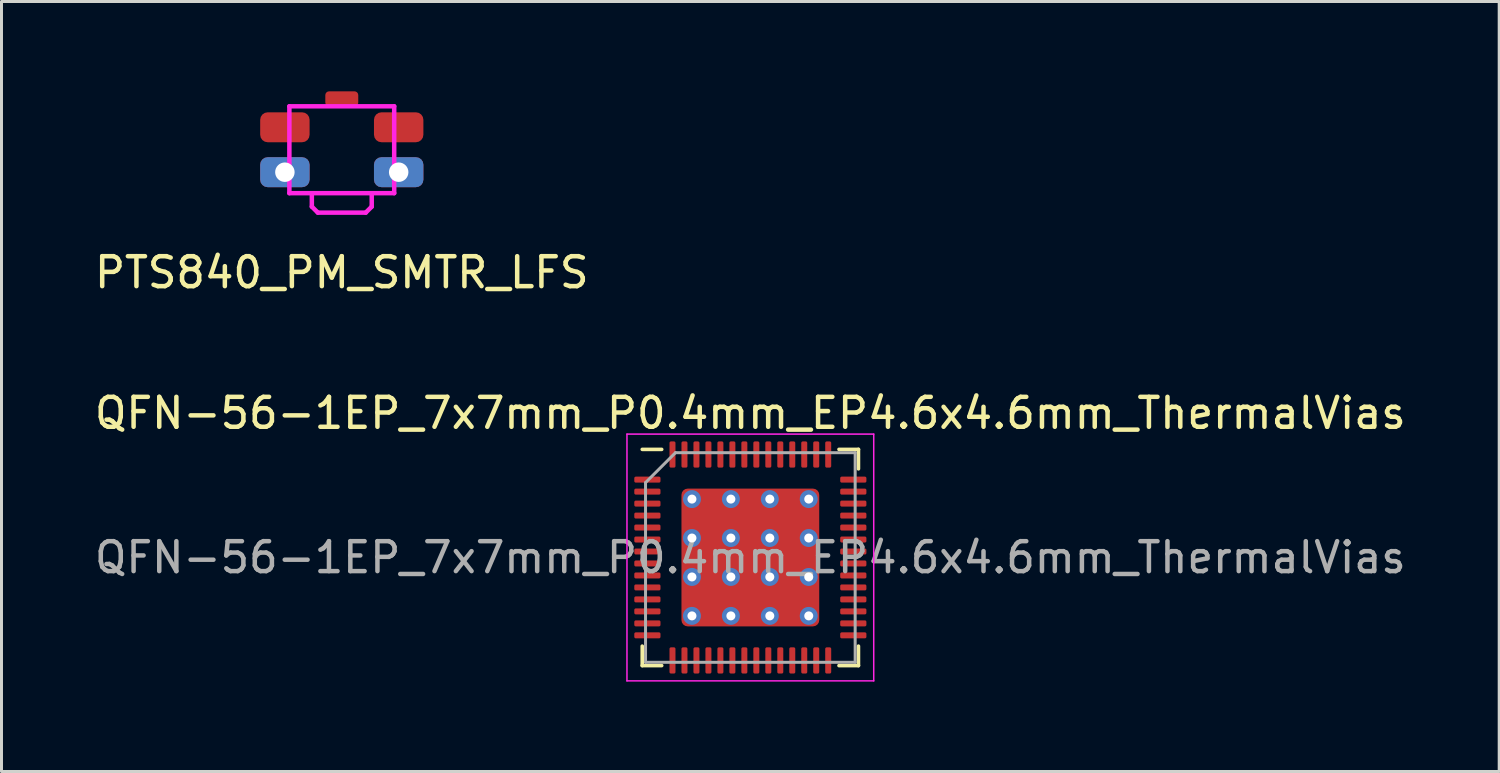
<source format=kicad_pcb>
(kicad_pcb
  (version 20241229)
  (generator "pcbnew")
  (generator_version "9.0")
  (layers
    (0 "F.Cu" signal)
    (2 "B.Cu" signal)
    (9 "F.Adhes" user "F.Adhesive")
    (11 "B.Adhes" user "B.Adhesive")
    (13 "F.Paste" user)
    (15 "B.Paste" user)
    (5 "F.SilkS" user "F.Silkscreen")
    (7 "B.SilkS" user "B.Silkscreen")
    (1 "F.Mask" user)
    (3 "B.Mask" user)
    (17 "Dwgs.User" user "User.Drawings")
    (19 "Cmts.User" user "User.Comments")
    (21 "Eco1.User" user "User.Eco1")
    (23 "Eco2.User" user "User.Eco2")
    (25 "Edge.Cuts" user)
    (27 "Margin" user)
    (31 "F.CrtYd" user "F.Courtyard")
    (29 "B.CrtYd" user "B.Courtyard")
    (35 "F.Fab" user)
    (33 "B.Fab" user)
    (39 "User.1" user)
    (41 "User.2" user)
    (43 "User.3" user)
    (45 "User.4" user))
  (footprint "PTS840_PM_SMTR_LFS"
    (layer "F.Cu")
    (at 8.363 1.95)
    (property "Reference" "PTS840_PM_SMTR_LFS" (at 0 4.1 0) (layer "F.SilkS") (effects (font (size 1 1) (thickness 0.15))))
    (attr smd)
    (fp_line (start -1.75 -1.45) (end -1.75 1.45) (stroke (width 0.15) (type solid)) (layer "F.CrtYd"))
    (fp_line (start -1 1.5) (end -1 1.9) (stroke (width 0.15) (type solid)) (layer "F.CrtYd"))
    (fp_line (start -1 1.9) (end -0.8 2.1) (stroke (width 0.15) (type solid)) (layer "F.CrtYd"))
    (fp_line (start -0.8 2.1) (end 0.8 2.1) (stroke (width 0.15) (type solid)) (layer "F.CrtYd"))
    (fp_line (start 1 1.5) (end 1 1.9) (stroke (width 0.15) (type solid)) (layer "F.CrtYd"))
    (fp_line (start 1 1.9) (end 0.8 2.1) (stroke (width 0.15) (type solid)) (layer "F.CrtYd"))
    (fp_line (start 1.75 -1.45) (end -1.75 -1.45) (stroke (width 0.15) (type solid)) (layer "F.CrtYd"))
    (fp_line (start 1.75 -1.45) (end 1.75 1.45) (stroke (width 0.15) (type solid)) (layer "F.CrtYd"))
    (fp_line (start 1.75 1.45) (end -1.75 1.45) (stroke (width 0.15) (type solid)) (layer "F.CrtYd"))
    (pad "1" smd roundrect (at -1.9 -0.75) (size 1.65 1) (layers "F.Cu" "F.Mask" "F.Paste") (roundrect_rratio 0.25))
    (pad "2" smd roundrect (at 1.9 -0.75) (size 1.65 1) (layers "F.Cu" "F.Mask" "F.Paste") (roundrect_rratio 0.25))
    (pad "3" thru_hole roundrect (at -1.9 0.75) (size 1.65 1) (drill 0.65) (layers "*.Cu" "*.Paste" "*.Mask") (roundrect_rratio 0.25))
    (pad "4" thru_hole roundrect (at 1.9 0.75) (size 1.65 1) (drill 0.65) (layers "*.Cu" "*.Paste" "*.Mask") (roundrect_rratio 0.25))
    (pad "5" smd roundrect (at 0 -1.7) (size 1.1 0.5) (layers "F.Cu" "F.Mask" "F.Paste") (roundrect_rratio 0.25)))
  (footprint "QFN-56-1EP_7x7mm_P0.4mm_EP4.6x4.6mm_ThermalVias"
    (layer "F.Cu")
    (at 22.006 15.566)
    (property "Reference" "QFN-56-1EP_7x7mm_P0.4mm_EP4.6x4.6mm_ThermalVias" (at 0 -4.82 0) (layer "F.SilkS") (effects (font (size 1 1) (thickness 0.15))))
    (attr smd)
    (fp_line (start -3.61 3.61) (end -3.61 2.96) (stroke (width 0.12) (type solid)) (layer "F.SilkS"))
    (fp_line (start -2.96 -3.61) (end -3.61 -3.61) (stroke (width 0.12) (type solid)) (layer "F.SilkS"))
    (fp_line (start -2.96 3.61) (end -3.61 3.61) (stroke (width 0.12) (type solid)) (layer "F.SilkS"))
    (fp_line (start 2.96 -3.61) (end 3.61 -3.61) (stroke (width 0.12) (type solid)) (layer "F.SilkS"))
    (fp_line (start 2.96 3.61) (end 3.61 3.61) (stroke (width 0.12) (type solid)) (layer "F.SilkS"))
    (fp_line (start 3.61 -3.61) (end 3.61 -2.96) (stroke (width 0.12) (type solid)) (layer "F.SilkS"))
    (fp_line (start 3.61 3.61) (end 3.61 2.96) (stroke (width 0.12) (type solid)) (layer "F.SilkS"))
    (fp_line (start -4.12 -4.12) (end -4.12 4.12) (stroke (width 0.05) (type solid)) (layer "F.CrtYd"))
    (fp_line (start -4.12 4.12) (end 4.12 4.12) (stroke (width 0.05) (type solid)) (layer "F.CrtYd"))
    (fp_line (start 4.12 -4.12) (end -4.12 -4.12) (stroke (width 0.05) (type solid)) (layer "F.CrtYd"))
    (fp_line (start 4.12 4.12) (end 4.12 -4.12) (stroke (width 0.05) (type solid)) (layer "F.CrtYd"))
    (fp_line (start -3.5 -2.5) (end -2.5 -3.5) (stroke (width 0.1) (type solid)) (layer "F.Fab"))
    (fp_line (start -3.5 3.5) (end -3.5 -2.5) (stroke (width 0.1) (type solid)) (layer "F.Fab"))
    (fp_line (start -2.5 -3.5) (end 3.5 -3.5) (stroke (width 0.1) (type solid)) (layer "F.Fab"))
    (fp_line (start 3.5 -3.5) (end 3.5 3.5) (stroke (width 0.1) (type solid)) (layer "F.Fab"))
    (fp_line (start 3.5 3.5) (end -3.5 3.5) (stroke (width 0.1) (type solid)) (layer "F.Fab"))
    (fp_text user "${REFERENCE}" (at 0 0 0) (layer "F.Fab") (effects (font (size 1 1) (thickness 0.15))))
    (pad "" smd roundrect (at -1.55 -1.55) (size 1.3 1.3) (layers "F.Paste") (roundrect_rratio 0.231))
    (pad "" smd roundrect (at -1.55 0) (size 1.3 1.3) (layers "F.Paste") (roundrect_rratio 0.231))
    (pad "" smd roundrect (at -1.55 1.55) (size 1.3 1.3) (layers "F.Paste") (roundrect_rratio 0.231))
    (pad "" smd roundrect (at 0 -1.55) (size 1.3 1.3) (layers "F.Paste") (roundrect_rratio 0.231))
    (pad "" smd roundrect (at 0 0) (size 1.3 1.3) (layers "F.Paste") (roundrect_rratio 0.231))
    (pad "" smd roundrect (at 0 1.55) (size 1.3 1.3) (layers "F.Paste") (roundrect_rratio 0.231))
    (pad "" smd roundrect (at 1.55 -1.55) (size 1.3 1.3) (layers "F.Paste") (roundrect_rratio 0.231))
    (pad "" smd roundrect (at 1.55 0) (size 1.3 1.3) (layers "F.Paste") (roundrect_rratio 0.231))
    (pad "" smd roundrect (at 1.55 1.55) (size 1.3 1.3) (layers "F.Paste") (roundrect_rratio 0.231))
    (pad "1" smd roundrect (at -3.438 -2.6) (size 0.875 0.2) (layers "F.Cu" "F.Mask" "F.Paste") (roundrect_rratio 0.25))
    (pad "2" smd roundrect (at -3.438 -2.2) (size 0.875 0.2) (layers "F.Cu" "F.Mask" "F.Paste") (roundrect_rratio 0.25))
    (pad "3" smd roundrect (at -3.438 -1.8) (size 0.875 0.2) (layers "F.Cu" "F.Mask" "F.Paste") (roundrect_rratio 0.25))
    (pad "4" smd roundrect (at -3.438 -1.4) (size 0.875 0.2) (layers "F.Cu" "F.Mask" "F.Paste") (roundrect_rratio 0.25))
    (pad "5" smd roundrect (at -3.438 -1) (size 0.875 0.2) (layers "F.Cu" "F.Mask" "F.Paste") (roundrect_rratio 0.25))
    (pad "6" smd roundrect (at -3.438 -0.6) (size 0.875 0.2) (layers "F.Cu" "F.Mask" "F.Paste") (roundrect_rratio 0.25))
    (pad "7" smd roundrect (at -3.438 -0.2) (size 0.875 0.2) (layers "F.Cu" "F.Mask" "F.Paste") (roundrect_rratio 0.25))
    (pad "8" smd roundrect (at -3.438 0.2) (size 0.875 0.2) (layers "F.Cu" "F.Mask" "F.Paste") (roundrect_rratio 0.25))
    (pad "9" smd roundrect (at -3.438 0.6) (size 0.875 0.2) (layers "F.Cu" "F.Mask" "F.Paste") (roundrect_rratio 0.25))
    (pad "10" smd roundrect (at -3.438 1) (size 0.875 0.2) (layers "F.Cu" "F.Mask" "F.Paste") (roundrect_rratio 0.25))
    (pad "11" smd roundrect (at -3.438 1.4) (size 0.875 0.2) (layers "F.Cu" "F.Mask" "F.Paste") (roundrect_rratio 0.25))
    (pad "12" smd roundrect (at -3.438 1.8) (size 0.875 0.2) (layers "F.Cu" "F.Mask" "F.Paste") (roundrect_rratio 0.25))
    (pad "13" smd roundrect (at -3.438 2.2) (size 0.875 0.2) (layers "F.Cu" "F.Mask" "F.Paste") (roundrect_rratio 0.25))
    (pad "14" smd roundrect (at -3.438 2.6) (size 0.875 0.2) (layers "F.Cu" "F.Mask" "F.Paste") (roundrect_rratio 0.25))
    (pad "15" smd roundrect (at -2.6 3.438) (size 0.2 0.875) (layers "F.Cu" "F.Mask" "F.Paste") (roundrect_rratio 0.25))
    (pad "16" smd roundrect (at -2.2 3.438) (size 0.2 0.875) (layers "F.Cu" "F.Mask" "F.Paste") (roundrect_rratio 0.25))
    (pad "17" smd roundrect (at -1.8 3.438) (size 0.2 0.875) (layers "F.Cu" "F.Mask" "F.Paste") (roundrect_rratio 0.25))
    (pad "18" smd roundrect (at -1.4 3.438) (size 0.2 0.875) (layers "F.Cu" "F.Mask" "F.Paste") (roundrect_rratio 0.25))
    (pad "19" smd roundrect (at -1 3.438) (size 0.2 0.875) (layers "F.Cu" "F.Mask" "F.Paste") (roundrect_rratio 0.25))
    (pad "20" smd roundrect (at -0.6 3.438) (size 0.2 0.875) (layers "F.Cu" "F.Mask" "F.Paste") (roundrect_rratio 0.25))
    (pad "21" smd roundrect (at -0.2 3.438) (size 0.2 0.875) (layers "F.Cu" "F.Mask" "F.Paste") (roundrect_rratio 0.25))
    (pad "22" smd roundrect (at 0.2 3.438) (size 0.2 0.875) (layers "F.Cu" "F.Mask" "F.Paste") (roundrect_rratio 0.25))
    (pad "23" smd roundrect (at 0.6 3.438) (size 0.2 0.875) (layers "F.Cu" "F.Mask" "F.Paste") (roundrect_rratio 0.25))
    (pad "24" smd roundrect (at 1 3.438) (size 0.2 0.875) (layers "F.Cu" "F.Mask" "F.Paste") (roundrect_rratio 0.25))
    (pad "25" smd roundrect (at 1.4 3.438) (size 0.2 0.875) (layers "F.Cu" "F.Mask" "F.Paste") (roundrect_rratio 0.25))
    (pad "26" smd roundrect (at 1.8 3.438) (size 0.2 0.875) (layers "F.Cu" "F.Mask" "F.Paste") (roundrect_rratio 0.25))
    (pad "27" smd roundrect (at 2.2 3.438) (size 0.2 0.875) (layers "F.Cu" "F.Mask" "F.Paste") (roundrect_rratio 0.25))
    (pad "28" smd roundrect (at 2.6 3.438) (size 0.2 0.875) (layers "F.Cu" "F.Mask" "F.Paste") (roundrect_rratio 0.25))
    (pad "29" smd roundrect (at 3.438 2.6) (size 0.875 0.2) (layers "F.Cu" "F.Mask" "F.Paste") (roundrect_rratio 0.25))
    (pad "30" smd roundrect (at 3.438 2.2) (size 0.875 0.2) (layers "F.Cu" "F.Mask" "F.Paste") (roundrect_rratio 0.25))
    (pad "31" smd roundrect (at 3.438 1.8) (size 0.875 0.2) (layers "F.Cu" "F.Mask" "F.Paste") (roundrect_rratio 0.25))
    (pad "32" smd roundrect (at 3.438 1.4) (size 0.875 0.2) (layers "F.Cu" "F.Mask" "F.Paste") (roundrect_rratio 0.25))
    (pad "33" smd roundrect (at 3.438 1) (size 0.875 0.2) (layers "F.Cu" "F.Mask" "F.Paste") (roundrect_rratio 0.25))
    (pad "34" smd roundrect (at 3.438 0.6) (size 0.875 0.2) (layers "F.Cu" "F.Mask" "F.Paste") (roundrect_rratio 0.25))
    (pad "35" smd roundrect (at 3.438 0.2) (size 0.875 0.2) (layers "F.Cu" "F.Mask" "F.Paste") (roundrect_rratio 0.25))
    (pad "36" smd roundrect (at 3.438 -0.2) (size 0.875 0.2) (layers "F.Cu" "F.Mask" "F.Paste") (roundrect_rratio 0.25))
    (pad "37" smd roundrect (at 3.438 -0.6) (size 0.875 0.2) (layers "F.Cu" "F.Mask" "F.Paste") (roundrect_rratio 0.25))
    (pad "38" smd roundrect (at 3.438 -1) (size 0.875 0.2) (layers "F.Cu" "F.Mask" "F.Paste") (roundrect_rratio 0.25))
    (pad "39" smd roundrect (at 3.438 -1.4) (size 0.875 0.2) (layers "F.Cu" "F.Mask" "F.Paste") (roundrect_rratio 0.25))
    (pad "40" smd roundrect (at 3.438 -1.8) (size 0.875 0.2) (layers "F.Cu" "F.Mask" "F.Paste") (roundrect_rratio 0.25))
    (pad "41" smd roundrect (at 3.438 -2.2) (size 0.875 0.2) (layers "F.Cu" "F.Mask" "F.Paste") (roundrect_rratio 0.25))
    (pad "42" smd roundrect (at 3.438 -2.6) (size 0.875 0.2) (layers "F.Cu" "F.Mask" "F.Paste") (roundrect_rratio 0.25))
    (pad "43" smd roundrect (at 2.6 -3.438) (size 0.2 0.875) (layers "F.Cu" "F.Mask" "F.Paste") (roundrect_rratio 0.25))
    (pad "44" smd roundrect (at 2.2 -3.438) (size 0.2 0.875) (layers "F.Cu" "F.Mask" "F.Paste") (roundrect_rratio 0.25))
    (pad "45" smd roundrect (at 1.8 -3.438) (size 0.2 0.875) (layers "F.Cu" "F.Mask" "F.Paste") (roundrect_rratio 0.25))
    (pad "46" smd roundrect (at 1.4 -3.438) (size 0.2 0.875) (layers "F.Cu" "F.Mask" "F.Paste") (roundrect_rratio 0.25))
    (pad "47" smd roundrect (at 1 -3.438) (size 0.2 0.875) (layers "F.Cu" "F.Mask" "F.Paste") (roundrect_rratio 0.25))
    (pad "48" smd roundrect (at 0.6 -3.438) (size 0.2 0.875) (layers "F.Cu" "F.Mask" "F.Paste") (roundrect_rratio 0.25))
    (pad "49" smd roundrect (at 0.2 -3.438) (size 0.2 0.875) (layers "F.Cu" "F.Mask" "F.Paste") (roundrect_rratio 0.25))
    (pad "50" smd roundrect (at -0.2 -3.438) (size 0.2 0.875) (layers "F.Cu" "F.Mask" "F.Paste") (roundrect_rratio 0.25))
    (pad "51" smd roundrect (at -0.6 -3.438) (size 0.2 0.875) (layers "F.Cu" "F.Mask" "F.Paste") (roundrect_rratio 0.25))
    (pad "52" smd roundrect (at -1 -3.438) (size 0.2 0.875) (layers "F.Cu" "F.Mask" "F.Paste") (roundrect_rratio 0.25))
    (pad "53" smd roundrect (at -1.4 -3.438) (size 0.2 0.875) (layers "F.Cu" "F.Mask" "F.Paste") (roundrect_rratio 0.25))
    (pad "54" smd roundrect (at -1.8 -3.438) (size 0.2 0.875) (layers "F.Cu" "F.Mask" "F.Paste") (roundrect_rratio 0.25))
    (pad "55" smd roundrect (at -2.2 -3.438) (size 0.2 0.875) (layers "F.Cu" "F.Mask" "F.Paste") (roundrect_rratio 0.25))
    (pad "56" smd roundrect (at -2.6 -3.438) (size 0.2 0.875) (layers "F.Cu" "F.Mask" "F.Paste") (roundrect_rratio 0.25))
    (pad "57" thru_hole circle (at -1.95 -1.95) (size 0.6 0.6) (drill 0.3) (layers "*.Cu"))
    (pad "57" thru_hole circle (at -1.95 -0.65) (size 0.6 0.6) (drill 0.3) (layers "*.Cu"))
    (pad "57" thru_hole circle (at -1.95 0.65) (size 0.6 0.6) (drill 0.3) (layers "*.Cu"))
    (pad "57" thru_hole circle (at -1.95 1.95) (size 0.6 0.6) (drill 0.3) (layers "*.Cu"))
    (pad "57" thru_hole circle (at -0.65 -1.95) (size 0.6 0.6) (drill 0.3) (layers "*.Cu"))
    (pad "57" thru_hole circle (at -0.65 -0.65) (size 0.6 0.6) (drill 0.3) (layers "*.Cu"))
    (pad "57" thru_hole circle (at -0.65 0.65) (size 0.6 0.6) (drill 0.3) (layers "*.Cu"))
    (pad "57" thru_hole circle (at -0.65 1.95) (size 0.6 0.6) (drill 0.3) (layers "*.Cu"))
    (pad "57" smd roundrect (at 0 0) (size 4.6 4.6) (layers "F.Cu" "F.Mask") (roundrect_rratio 0.045))
    (pad "57" thru_hole circle (at 0.65 -1.95) (size 0.6 0.6) (drill 0.3) (layers "*.Cu"))
    (pad "57" thru_hole circle (at 0.65 -0.65) (size 0.6 0.6) (drill 0.3) (layers "*.Cu"))
    (pad "57" thru_hole circle (at 0.65 0.65) (size 0.6 0.6) (drill 0.3) (layers "*.Cu"))
    (pad "57" thru_hole circle (at 0.65 1.95) (size 0.6 0.6) (drill 0.3) (layers "*.Cu"))
    (pad "57" thru_hole circle (at 1.95 -1.95) (size 0.6 0.6) (drill 0.3) (layers "*.Cu"))
    (pad "57" thru_hole circle (at 1.95 -0.65) (size 0.6 0.6) (drill 0.3) (layers "*.Cu"))
    (pad "57" thru_hole circle (at 1.95 0.65) (size 0.6 0.6) (drill 0.3) (layers "*.Cu"))
    (pad "57" thru_hole circle (at 1.95 1.95) (size 0.6 0.6) (drill 0.3) (layers "*.Cu")))
  (gr_rect
    (start -3 -3)
    (end 47.012 22.712)
    (stroke (width 0.1) (type default))
    (fill no)
    (layer "Edge.Cuts")))
</source>
